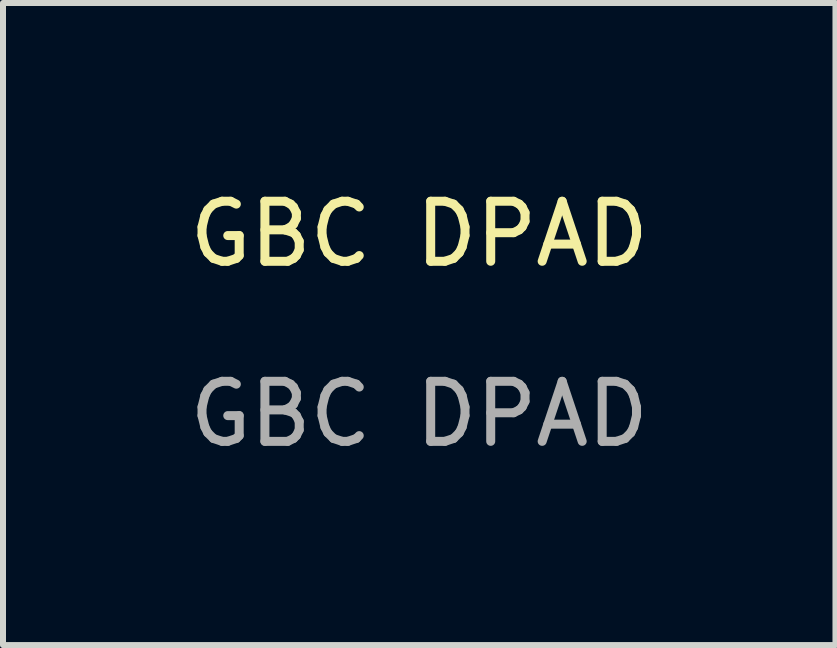
<source format=kicad_pcb>
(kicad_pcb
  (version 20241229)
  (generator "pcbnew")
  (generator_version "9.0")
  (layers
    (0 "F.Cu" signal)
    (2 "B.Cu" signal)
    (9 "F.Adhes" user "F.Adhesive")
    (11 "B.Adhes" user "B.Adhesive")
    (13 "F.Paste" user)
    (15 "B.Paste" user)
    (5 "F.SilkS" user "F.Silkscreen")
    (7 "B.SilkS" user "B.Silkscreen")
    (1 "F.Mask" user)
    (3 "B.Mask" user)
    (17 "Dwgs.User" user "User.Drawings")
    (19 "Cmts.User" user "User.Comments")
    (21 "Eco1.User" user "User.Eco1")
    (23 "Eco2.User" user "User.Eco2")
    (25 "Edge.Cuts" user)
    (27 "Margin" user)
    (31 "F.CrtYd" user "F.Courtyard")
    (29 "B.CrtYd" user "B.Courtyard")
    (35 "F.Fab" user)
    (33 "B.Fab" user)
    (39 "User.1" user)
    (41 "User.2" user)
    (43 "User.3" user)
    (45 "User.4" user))
  (footprint "GBC DPAD"
    (layer "F.Cu")
    (at 3.935 1.348)
    (property "Reference" "GBC DPAD" (at 0 -0.5 0) (unlocked yes) (layer "F.SilkS") (effects (font (size 1 1) (thickness 0.15))))
    (attr smd)
    (fp_text user "${REFERENCE}" (at 0 2.5 0) (unlocked yes) (layer "F.Fab") (effects (font (size 1 1) (thickness 0.15)))))
  (gr_rect
    (start -3 -3)
    (end 10.869 7.697)
    (stroke (width 0.1) (type default))
    (fill no)
    (layer "Edge.Cuts")))
</source>
